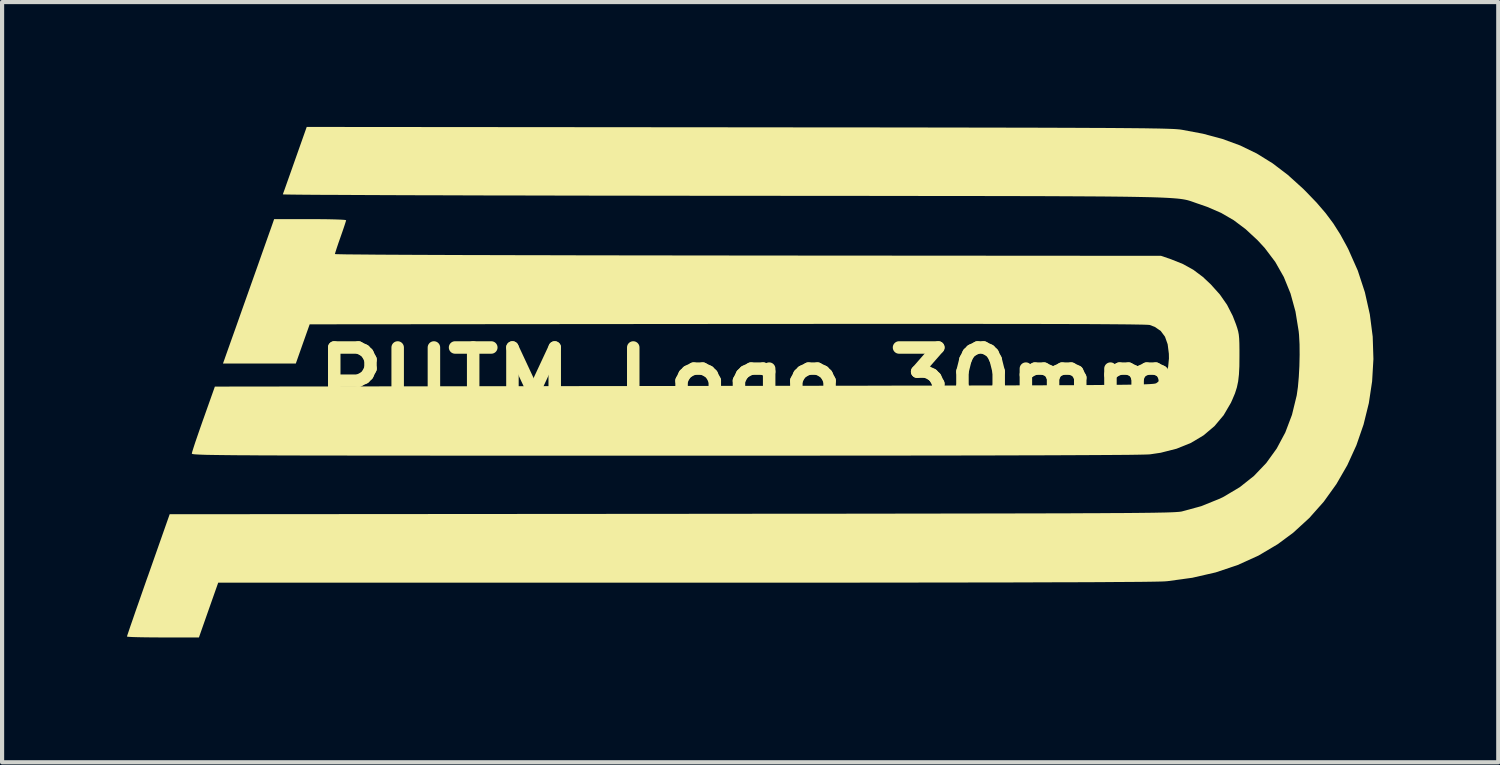
<source format=kicad_pcb>
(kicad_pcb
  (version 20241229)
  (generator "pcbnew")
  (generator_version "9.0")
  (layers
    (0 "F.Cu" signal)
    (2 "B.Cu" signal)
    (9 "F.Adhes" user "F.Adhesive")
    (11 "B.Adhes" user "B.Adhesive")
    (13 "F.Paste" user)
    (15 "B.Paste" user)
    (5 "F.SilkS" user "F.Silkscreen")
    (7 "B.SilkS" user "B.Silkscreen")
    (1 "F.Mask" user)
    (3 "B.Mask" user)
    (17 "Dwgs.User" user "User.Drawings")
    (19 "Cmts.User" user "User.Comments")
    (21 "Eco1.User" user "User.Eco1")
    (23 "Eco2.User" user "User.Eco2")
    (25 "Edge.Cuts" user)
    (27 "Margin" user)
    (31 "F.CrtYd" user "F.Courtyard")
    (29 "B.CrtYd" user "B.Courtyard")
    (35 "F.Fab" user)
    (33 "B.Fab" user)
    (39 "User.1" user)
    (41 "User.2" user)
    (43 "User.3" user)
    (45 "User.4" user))
  (footprint "PUTM_Logo_30mm"
    (layer "F.Cu")
    (at 14.96 6.134)
    (property "Reference" "PUTM_Logo_30mm" (at 0 0 0) (layer "F.SilkS") (effects (font (size 1.524 1.524) (thickness 0.3))))
    (attr board_only exclude_from_pos_files exclude_from_bom allow_missing_courtyard)
    (fp_poly (pts (xy -10.336 -3.918) (xy -10.136 -3.916) (xy -9.964 -3.912) (xy -9.828 -3.907) (xy -9.736 -3.901) (xy -9.695 -3.894) (xy -9.693 -3.893) (xy -9.703 -3.856) (xy -9.729 -3.775) (xy -9.768 -3.659) (xy -9.816 -3.521) (xy -9.828 -3.487) (xy -9.878 -3.345) (xy -9.919 -3.223) (xy -9.948 -3.132) (xy -9.962 -3.084) (xy -9.963 -3.08) (xy -9.933 -3.077) (xy -9.845 -3.075) (xy -9.699 -3.072) (xy -9.498 -3.07) (xy -9.242 -3.068) (xy -8.933 -3.065) (xy -8.572 -3.063) (xy -8.16 -3.061) (xy -7.699 -3.059) (xy -7.189 -3.057) (xy -6.633 -3.055) (xy -6.032 -3.054) (xy -5.387 -3.052) (xy -4.698 -3.051) (xy -3.969 -3.049) (xy -3.199 -3.048) (xy -2.39 -3.047) (xy -1.544 -3.046) (xy -0.661 -3.045) (xy -0.037 -3.044) (xy 9.888 -3.037) (xy 10.127 -2.955) (xy 10.414 -2.84) (xy 10.663 -2.702) (xy 10.894 -2.529) (xy 11.084 -2.35) (xy 11.302 -2.107) (xy 11.474 -1.86) (xy 11.611 -1.592) (xy 11.689 -1.391) (xy 11.719 -1.301) (xy 11.741 -1.223) (xy 11.756 -1.144) (xy 11.765 -1.052) (xy 11.77 -0.936) (xy 11.772 -0.781) (xy 11.772 -0.628) (xy 11.77 -0.384) (xy 11.76 -0.187) (xy 11.741 -0.021) (xy 11.71 0.125) (xy 11.665 0.267) (xy 11.602 0.416) (xy 11.567 0.494) (xy 11.392 0.793) (xy 11.172 1.055) (xy 10.909 1.277) (xy 10.605 1.459) (xy 10.261 1.598) (xy 9.879 1.695) (xy 9.623 1.733) (xy 9.571 1.736) (xy 9.47 1.739) (xy 9.321 1.742) (xy 9.123 1.745) (xy 8.875 1.747) (xy 8.577 1.749) (xy 8.228 1.751) (xy 7.827 1.753) (xy 7.374 1.755) (xy 6.868 1.757) (xy 6.309 1.758) (xy 5.695 1.76) (xy 5.028 1.761) (xy 4.305 1.762) (xy 3.526 1.763) (xy 2.691 1.764) (xy 1.799 1.764) (xy 0.849 1.765) (xy -0.159 1.765) (xy -1.226 1.765) (xy -2.033 1.765) (xy -3.015 1.765) (xy -3.939 1.765) (xy -4.807 1.765) (xy -5.62 1.765) (xy -6.38 1.765) (xy -7.089 1.765) (xy -7.749 1.764) (xy -8.361 1.764) (xy -8.928 1.764) (xy -9.451 1.763) (xy -9.932 1.762) (xy -10.372 1.762) (xy -10.773 1.761) (xy -11.138 1.76) (xy -11.467 1.759) (xy -11.763 1.758) (xy -12.028 1.756) (xy -12.262 1.755) (xy -12.469 1.753) (xy -12.649 1.751) (xy -12.805 1.749) (xy -12.938 1.747) (xy -13.05 1.745) (xy -13.142 1.742) (xy -13.217 1.739) (xy -13.277 1.736) (xy -13.322 1.733) (xy -13.355 1.73) (xy -13.378 1.726) (xy -13.392 1.722) (xy -13.399 1.718) (xy -13.401 1.713) (xy -13.401 1.713) (xy -13.391 1.672) (xy -13.363 1.582) (xy -13.321 1.452) (xy -13.265 1.289) (xy -13.2 1.101) (xy -13.128 0.896) (xy -13.123 0.883) (xy -12.847 0.105) (xy -1.584 0.09) (xy -0.606 0.088) (xy 0.314 0.087) (xy 1.178 0.086) (xy 1.988 0.085) (xy 2.745 0.084) (xy 3.45 0.082) (xy 4.107 0.081) (xy 4.717 0.08) (xy 5.28 0.079) (xy 5.801 0.078) (xy 6.279 0.076) (xy 6.716 0.075) (xy 7.116 0.074) (xy 7.479 0.072) (xy 7.807 0.071) (xy 8.101 0.069) (xy 8.365 0.067) (xy 8.599 0.065) (xy 8.805 0.063) (xy 8.986 0.061) (xy 9.142 0.059) (xy 9.276 0.056) (xy 9.389 0.054) (xy 9.483 0.051) (xy 9.561 0.048) (xy 9.623 0.045) (xy 9.672 0.041) (xy 9.709 0.038) (xy 9.736 0.034) (xy 9.755 0.03) (xy 9.768 0.026) (xy 9.772 0.024) (xy 9.908 -0.075) (xy 10.002 -0.203) (xy 10.058 -0.366) (xy 10.078 -0.57) (xy 10.076 -0.684) (xy 10.047 -0.912) (xy 9.983 -1.093) (xy 9.881 -1.231) (xy 9.741 -1.328) (xy 9.618 -1.375) (xy 9.59 -1.378) (xy 9.529 -1.381) (xy 9.434 -1.384) (xy 9.303 -1.386) (xy 9.135 -1.389) (xy 8.93 -1.391) (xy 8.685 -1.393) (xy 8.399 -1.395) (xy 8.071 -1.397) (xy 7.7 -1.398) (xy 7.285 -1.399) (xy 6.824 -1.4) (xy 6.316 -1.401) (xy 5.759 -1.401) (xy 5.153 -1.402) (xy 4.496 -1.402) (xy 3.787 -1.402) (xy 3.024 -1.402) (xy 2.206 -1.402) (xy 1.333 -1.401) (xy 0.402 -1.401) (xy -0.535 -1.4) (xy -10.569 -1.391) (xy -10.736 -0.92) (xy -10.902 -0.449) (xy -12.652 -0.449) (xy -12.612 -0.561) (xy -12.592 -0.619) (xy -12.554 -0.726) (xy -12.501 -0.875) (xy -12.435 -1.061) (xy -12.358 -1.276) (xy -12.274 -1.514) (xy -12.184 -1.769) (xy -12.09 -2.033) (xy -11.995 -2.301) (xy -11.901 -2.566) (xy -11.81 -2.822) (xy -11.726 -3.061) (xy -11.649 -3.278) (xy -11.583 -3.465) (xy -11.529 -3.617) (xy -11.49 -3.726) (xy -11.469 -3.787) (xy -11.467 -3.792) (xy -11.423 -3.919) (xy -10.558 -3.919)) (stroke (width 0) (type solid)) (fill yes) (layer "F.SilkS"))
    (fp_poly (pts (xy -0.286 -6.125) (xy 0.655 -6.124) (xy 1.538 -6.123) (xy 2.364 -6.123) (xy 3.137 -6.122) (xy 3.858 -6.121) (xy 4.528 -6.12) (xy 5.149 -6.119) (xy 5.724 -6.118) (xy 6.254 -6.117) (xy 6.742 -6.116) (xy 7.188 -6.115) (xy 7.596 -6.113) (xy 7.966 -6.112) (xy 8.301 -6.11) (xy 8.603 -6.109) (xy 8.873 -6.107) (xy 9.113 -6.105) (xy 9.326 -6.103) (xy 9.513 -6.101) (xy 9.676 -6.098) (xy 9.818 -6.096) (xy 9.939 -6.093) (xy 10.041 -6.09) (xy 10.128 -6.087) (xy 10.199 -6.084) (xy 10.259 -6.08) (xy 10.307 -6.076) (xy 10.347 -6.072) (xy 10.38 -6.067) (xy 10.383 -6.067) (xy 10.895 -5.971) (xy 11.361 -5.846) (xy 11.789 -5.689) (xy 12.189 -5.495) (xy 12.568 -5.26) (xy 12.937 -4.979) (xy 13.303 -4.648) (xy 13.374 -4.577) (xy 13.628 -4.313) (xy 13.841 -4.065) (xy 14.027 -3.816) (xy 14.195 -3.551) (xy 14.357 -3.255) (xy 14.39 -3.19) (xy 14.615 -2.683) (xy 14.786 -2.161) (xy 14.905 -1.63) (xy 14.974 -1.094) (xy 14.991 -0.557) (xy 14.96 -0.023) (xy 14.881 0.503) (xy 14.754 1.017) (xy 14.582 1.515) (xy 14.364 1.993) (xy 14.102 2.447) (xy 13.798 2.871) (xy 13.451 3.262) (xy 13.063 3.617) (xy 12.69 3.893) (xy 12.229 4.166) (xy 11.731 4.392) (xy 11.201 4.57) (xy 10.638 4.699) (xy 10.046 4.78) (xy 9.983 4.785) (xy 9.918 4.788) (xy 9.8 4.791) (xy 9.629 4.794) (xy 9.405 4.797) (xy 9.127 4.799) (xy 8.795 4.801) (xy 8.409 4.804) (xy 7.968 4.806) (xy 7.471 4.807) (xy 6.919 4.809) (xy 6.311 4.811) (xy 5.647 4.812) (xy 4.926 4.813) (xy 4.148 4.814) (xy 3.312 4.815) (xy 2.418 4.816) (xy 1.466 4.816) (xy 0.455 4.816) (xy -0.615 4.817) (xy -1.583 4.817) (xy -12.767 4.817) (xy -12.999 5.475) (xy -13.23 6.133) (xy -14.095 6.133) (xy -14.315 6.132) (xy -14.515 6.13) (xy -14.687 6.127) (xy -14.823 6.123) (xy -14.915 6.118) (xy -14.958 6.112) (xy -14.96 6.111) (xy -14.95 6.079) (xy -14.922 5.996) (xy -14.879 5.868) (xy -14.82 5.699) (xy -14.75 5.495) (xy -14.668 5.262) (xy -14.578 5.004) (xy -14.481 4.727) (xy -14.446 4.63) (xy -13.933 3.172) (xy -1.888 3.163) (xy -0.872 3.162) (xy 0.087 3.161) (xy 0.988 3.16) (xy 1.836 3.16) (xy 2.63 3.159) (xy 3.373 3.158) (xy 4.066 3.157) (xy 4.712 3.156) (xy 5.312 3.155) (xy 5.868 3.154) (xy 6.381 3.153) (xy 6.853 3.152) (xy 7.287 3.151) (xy 7.683 3.15) (xy 8.043 3.148) (xy 8.369 3.147) (xy 8.664 3.145) (xy 8.928 3.144) (xy 9.163 3.142) (xy 9.371 3.14) (xy 9.554 3.138) (xy 9.714 3.136) (xy 9.852 3.133) (xy 9.969 3.131) (xy 10.069 3.128) (xy 10.152 3.125) (xy 10.22 3.122) (xy 10.275 3.118) (xy 10.319 3.115) (xy 10.353 3.111) (xy 10.379 3.107) (xy 10.389 3.105) (xy 10.855 2.978) (xy 11.302 2.797) (xy 11.399 2.749) (xy 11.781 2.521) (xy 12.12 2.252) (xy 12.416 1.942) (xy 12.667 1.594) (xy 12.874 1.207) (xy 13.034 0.784) (xy 13.146 0.325) (xy 13.149 0.31) (xy 13.177 0.113) (xy 13.198 -0.126) (xy 13.212 -0.388) (xy 13.218 -0.656) (xy 13.216 -0.911) (xy 13.204 -1.136) (xy 13.195 -1.225) (xy 13.118 -1.699) (xy 12.999 -2.132) (xy 12.838 -2.528) (xy 12.632 -2.891) (xy 12.379 -3.226) (xy 12.206 -3.413) (xy 11.921 -3.677) (xy 11.634 -3.893) (xy 11.332 -4.068) (xy 11 -4.212) (xy 10.808 -4.279) (xy 10.757 -4.296) (xy 10.712 -4.312) (xy 10.672 -4.326) (xy 10.633 -4.34) (xy 10.595 -4.353) (xy 10.556 -4.365) (xy 10.512 -4.377) (xy 10.464 -4.387) (xy 10.408 -4.397) (xy 10.343 -4.406) (xy 10.267 -4.414) (xy 10.178 -4.421) (xy 10.074 -4.428) (xy 9.954 -4.434) (xy 9.815 -4.44) (xy 9.655 -4.445) (xy 9.474 -4.449) (xy 9.267 -4.453) (xy 9.035 -4.457) (xy 8.775 -4.46) (xy 8.485 -4.463) (xy 8.163 -4.465) (xy 7.807 -4.467) (xy 7.416 -4.469) (xy 6.987 -4.471) (xy 6.519 -4.472) (xy 6.009 -4.473) (xy 5.457 -4.474) (xy 4.859 -4.475) (xy 4.215 -4.475) (xy 3.522 -4.476) (xy 2.778 -4.477) (xy 1.981 -4.477) (xy 1.13 -4.478) (xy 0.223 -4.479) (xy -0.593 -4.479) (xy -1.387 -4.48) (xy -2.165 -4.481) (xy -2.926 -4.482) (xy -3.667 -4.483) (xy -4.386 -4.484) (xy -5.081 -4.486) (xy -5.75 -4.487) (xy -6.391 -4.488) (xy -7.002 -4.49) (xy -7.58 -4.492) (xy -8.123 -4.493) (xy -8.63 -4.495) (xy -9.098 -4.497) (xy -9.525 -4.499) (xy -9.909 -4.501) (xy -10.248 -4.502) (xy -10.54 -4.504) (xy -10.782 -4.506) (xy -10.972 -4.508) (xy -11.109 -4.51) (xy -11.19 -4.512) (xy -11.214 -4.514) (xy -11.202 -4.548) (xy -11.172 -4.63) (xy -11.128 -4.755) (xy -11.072 -4.913) (xy -11.006 -5.099) (xy -10.934 -5.303) (xy -10.922 -5.337) (xy -10.64 -6.134)) (stroke (width 0) (type solid)) (fill yes) (layer "F.SilkS")))
  (gr_rect
    (start -3 -3)
    (end 32.951 15.267)
    (stroke (width 0.1) (type default))
    (fill no)
    (layer "Edge.Cuts")))
</source>
